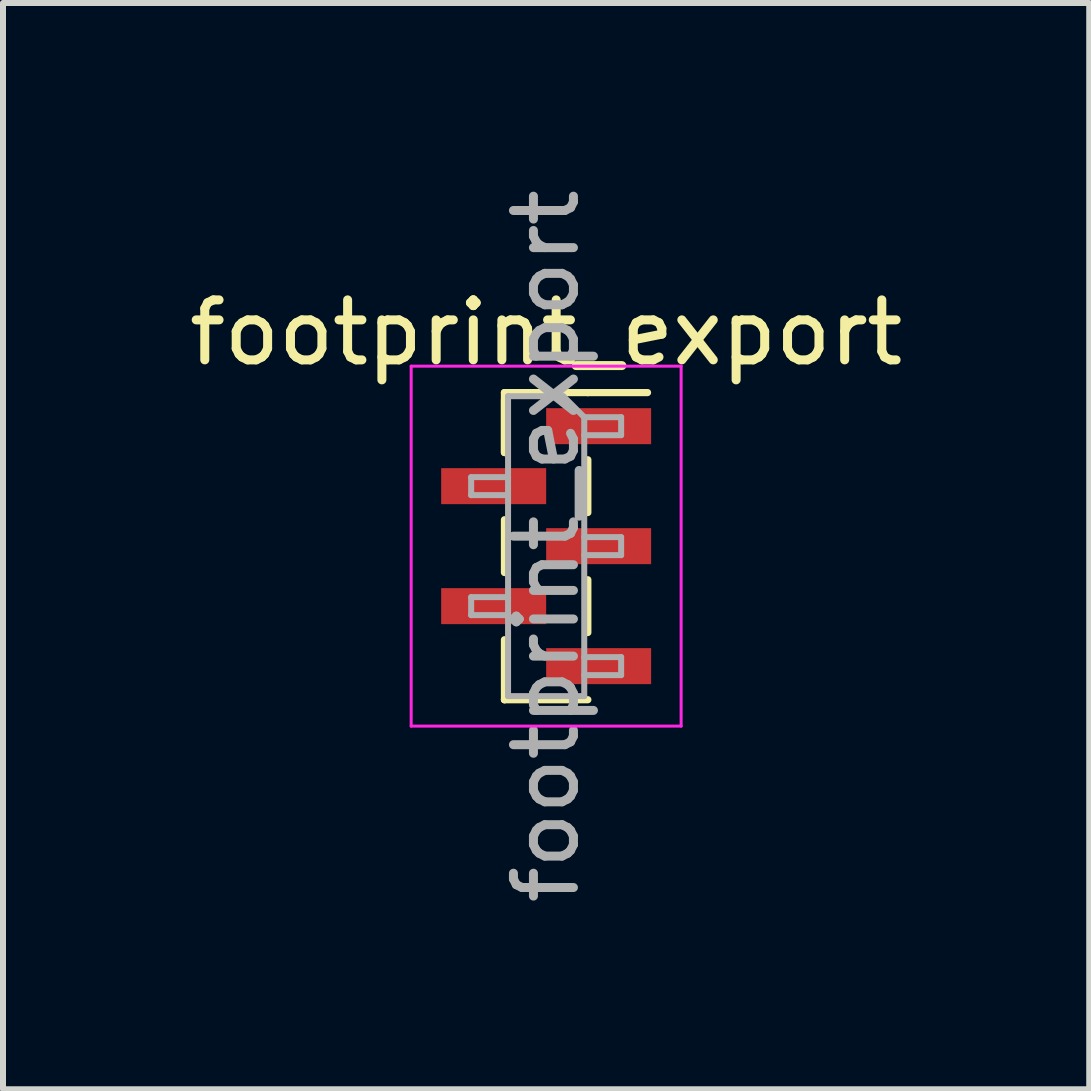
<source format=kicad_pcb>
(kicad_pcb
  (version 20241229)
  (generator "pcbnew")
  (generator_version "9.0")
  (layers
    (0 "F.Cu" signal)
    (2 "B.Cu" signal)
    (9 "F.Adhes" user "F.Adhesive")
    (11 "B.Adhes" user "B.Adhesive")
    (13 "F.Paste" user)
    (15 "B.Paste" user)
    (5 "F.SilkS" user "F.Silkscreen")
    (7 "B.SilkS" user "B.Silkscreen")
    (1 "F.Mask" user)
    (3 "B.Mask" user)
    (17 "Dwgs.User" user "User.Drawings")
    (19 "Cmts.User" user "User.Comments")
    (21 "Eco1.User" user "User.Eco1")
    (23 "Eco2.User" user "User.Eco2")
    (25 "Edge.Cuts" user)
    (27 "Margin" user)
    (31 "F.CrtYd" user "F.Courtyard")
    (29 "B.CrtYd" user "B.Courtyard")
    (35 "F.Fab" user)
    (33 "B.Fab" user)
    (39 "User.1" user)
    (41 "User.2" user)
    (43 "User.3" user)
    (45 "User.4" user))
  (footprint "footprint_export"
    (layer "F.Cu")
    (at 6.054 6.054)
    (property "Reference" "footprint_export" (at 0 -3.56 0) (layer "F.SilkS") (effects (font (size 1 1) (thickness 0.15))))
    (attr smd)
    (fp_line (start -0.695 -2.56) (end -0.695 -1.56) (stroke (width 0.12) (type solid)) (layer "F.SilkS"))
    (fp_line (start -0.695 -2.56) (end 0.695 -2.56) (stroke (width 0.12) (type solid)) (layer "F.SilkS"))
    (fp_line (start -0.695 -2.44) (end -0.695 -1.56) (stroke (width 0.12) (type solid)) (layer "F.SilkS"))
    (fp_line (start -0.695 -0.44) (end -0.695 0.44) (stroke (width 0.12) (type solid)) (layer "F.SilkS"))
    (fp_line (start -0.695 1.56) (end -0.695 2.56) (stroke (width 0.12) (type solid)) (layer "F.SilkS"))
    (fp_line (start -0.695 2.56) (end -0.695 2.56) (stroke (width 0.12) (type solid)) (layer "F.SilkS"))
    (fp_line (start -0.695 2.56) (end 0.695 2.56) (stroke (width 0.12) (type solid)) (layer "F.SilkS"))
    (fp_line (start 0.695 -2.56) (end 0.695 -2.56) (stroke (width 0.12) (type solid)) (layer "F.SilkS"))
    (fp_line (start 0.695 -2.56) (end 1.69 -2.56) (stroke (width 0.12) (type solid)) (layer "F.SilkS"))
    (fp_line (start 0.695 -1.44) (end 0.695 -0.56) (stroke (width 0.12) (type solid)) (layer "F.SilkS"))
    (fp_line (start 0.695 0.56) (end 0.695 1.44) (stroke (width 0.12) (type solid)) (layer "F.SilkS"))
    (fp_line (start -2.25 -3) (end -2.25 3) (stroke (width 0.05) (type solid)) (layer "F.CrtYd"))
    (fp_line (start -2.25 3) (end 2.25 3) (stroke (width 0.05) (type solid)) (layer "F.CrtYd"))
    (fp_line (start 2.25 -3) (end -2.25 -3) (stroke (width 0.05) (type solid)) (layer "F.CrtYd"))
    (fp_line (start 2.25 3) (end 2.25 -3) (stroke (width 0.05) (type solid)) (layer "F.CrtYd"))
    (fp_line (start -1.25 -1.15) (end -1.25 -0.85) (stroke (width 0.1) (type solid)) (layer "F.Fab"))
    (fp_line (start -1.25 -0.85) (end -0.635 -0.85) (stroke (width 0.1) (type solid)) (layer "F.Fab"))
    (fp_line (start -1.25 0.85) (end -1.25 1.15) (stroke (width 0.1) (type solid)) (layer "F.Fab"))
    (fp_line (start -1.25 1.15) (end -0.635 1.15) (stroke (width 0.1) (type solid)) (layer "F.Fab"))
    (fp_line (start -0.635 -2.5) (end -0.635 2.5) (stroke (width 0.1) (type solid)) (layer "F.Fab"))
    (fp_line (start -0.635 -2.5) (end 0.285 -2.5) (stroke (width 0.1) (type solid)) (layer "F.Fab"))
    (fp_line (start -0.635 -1.15) (end -1.25 -1.15) (stroke (width 0.1) (type solid)) (layer "F.Fab"))
    (fp_line (start -0.635 0.85) (end -1.25 0.85) (stroke (width 0.1) (type solid)) (layer "F.Fab"))
    (fp_line (start 0.635 -2.15) (end 0.285 -2.5) (stroke (width 0.1) (type solid)) (layer "F.Fab"))
    (fp_line (start 0.635 -2.15) (end 1.25 -2.15) (stroke (width 0.1) (type solid)) (layer "F.Fab"))
    (fp_line (start 0.635 -0.15) (end 1.25 -0.15) (stroke (width 0.1) (type solid)) (layer "F.Fab"))
    (fp_line (start 0.635 1.85) (end 1.25 1.85) (stroke (width 0.1) (type solid)) (layer "F.Fab"))
    (fp_line (start 0.635 2.5) (end -0.635 2.5) (stroke (width 0.1) (type solid)) (layer "F.Fab"))
    (fp_line (start 0.635 2.5) (end 0.635 -2.15) (stroke (width 0.1) (type solid)) (layer "F.Fab"))
    (fp_line (start 1.25 -2.15) (end 1.25 -1.85) (stroke (width 0.1) (type solid)) (layer "F.Fab"))
    (fp_line (start 1.25 -1.85) (end 0.635 -1.85) (stroke (width 0.1) (type solid)) (layer "F.Fab"))
    (fp_line (start 1.25 -0.15) (end 1.25 0.15) (stroke (width 0.1) (type solid)) (layer "F.Fab"))
    (fp_line (start 1.25 0.15) (end 0.635 0.15) (stroke (width 0.1) (type solid)) (layer "F.Fab"))
    (fp_line (start 1.25 1.85) (end 1.25 2.15) (stroke (width 0.1) (type solid)) (layer "F.Fab"))
    (fp_line (start 1.25 2.15) (end 0.635 2.15) (stroke (width 0.1) (type solid)) (layer "F.Fab"))
    (fp_text user "${REFERENCE}" (at 0 0 90) (layer "F.Fab") (effects (font (size 1 1) (thickness 0.15))))
    (pad "1" smd rect (at 0.875 -2) (size 1.75 0.6) (layers "F.Cu" "F.Mask" "F.Paste"))
    (pad "2" smd rect (at -0.875 -1) (size 1.75 0.6) (layers "F.Cu" "F.Mask" "F.Paste"))
    (pad "3" smd rect (at 0.875 0) (size 1.75 0.6) (layers "F.Cu" "F.Mask" "F.Paste"))
    (pad "4" smd rect (at -0.875 1) (size 1.75 0.6) (layers "F.Cu" "F.Mask" "F.Paste"))
    (pad "5" smd rect (at 0.875 2) (size 1.75 0.6) (layers "F.Cu" "F.Mask" "F.Paste")))
  (gr_rect
    (start -3 -3)
    (end 15.107 15.107)
    (stroke (width 0.1) (type default))
    (fill no)
    (layer "Edge.Cuts")))
</source>
